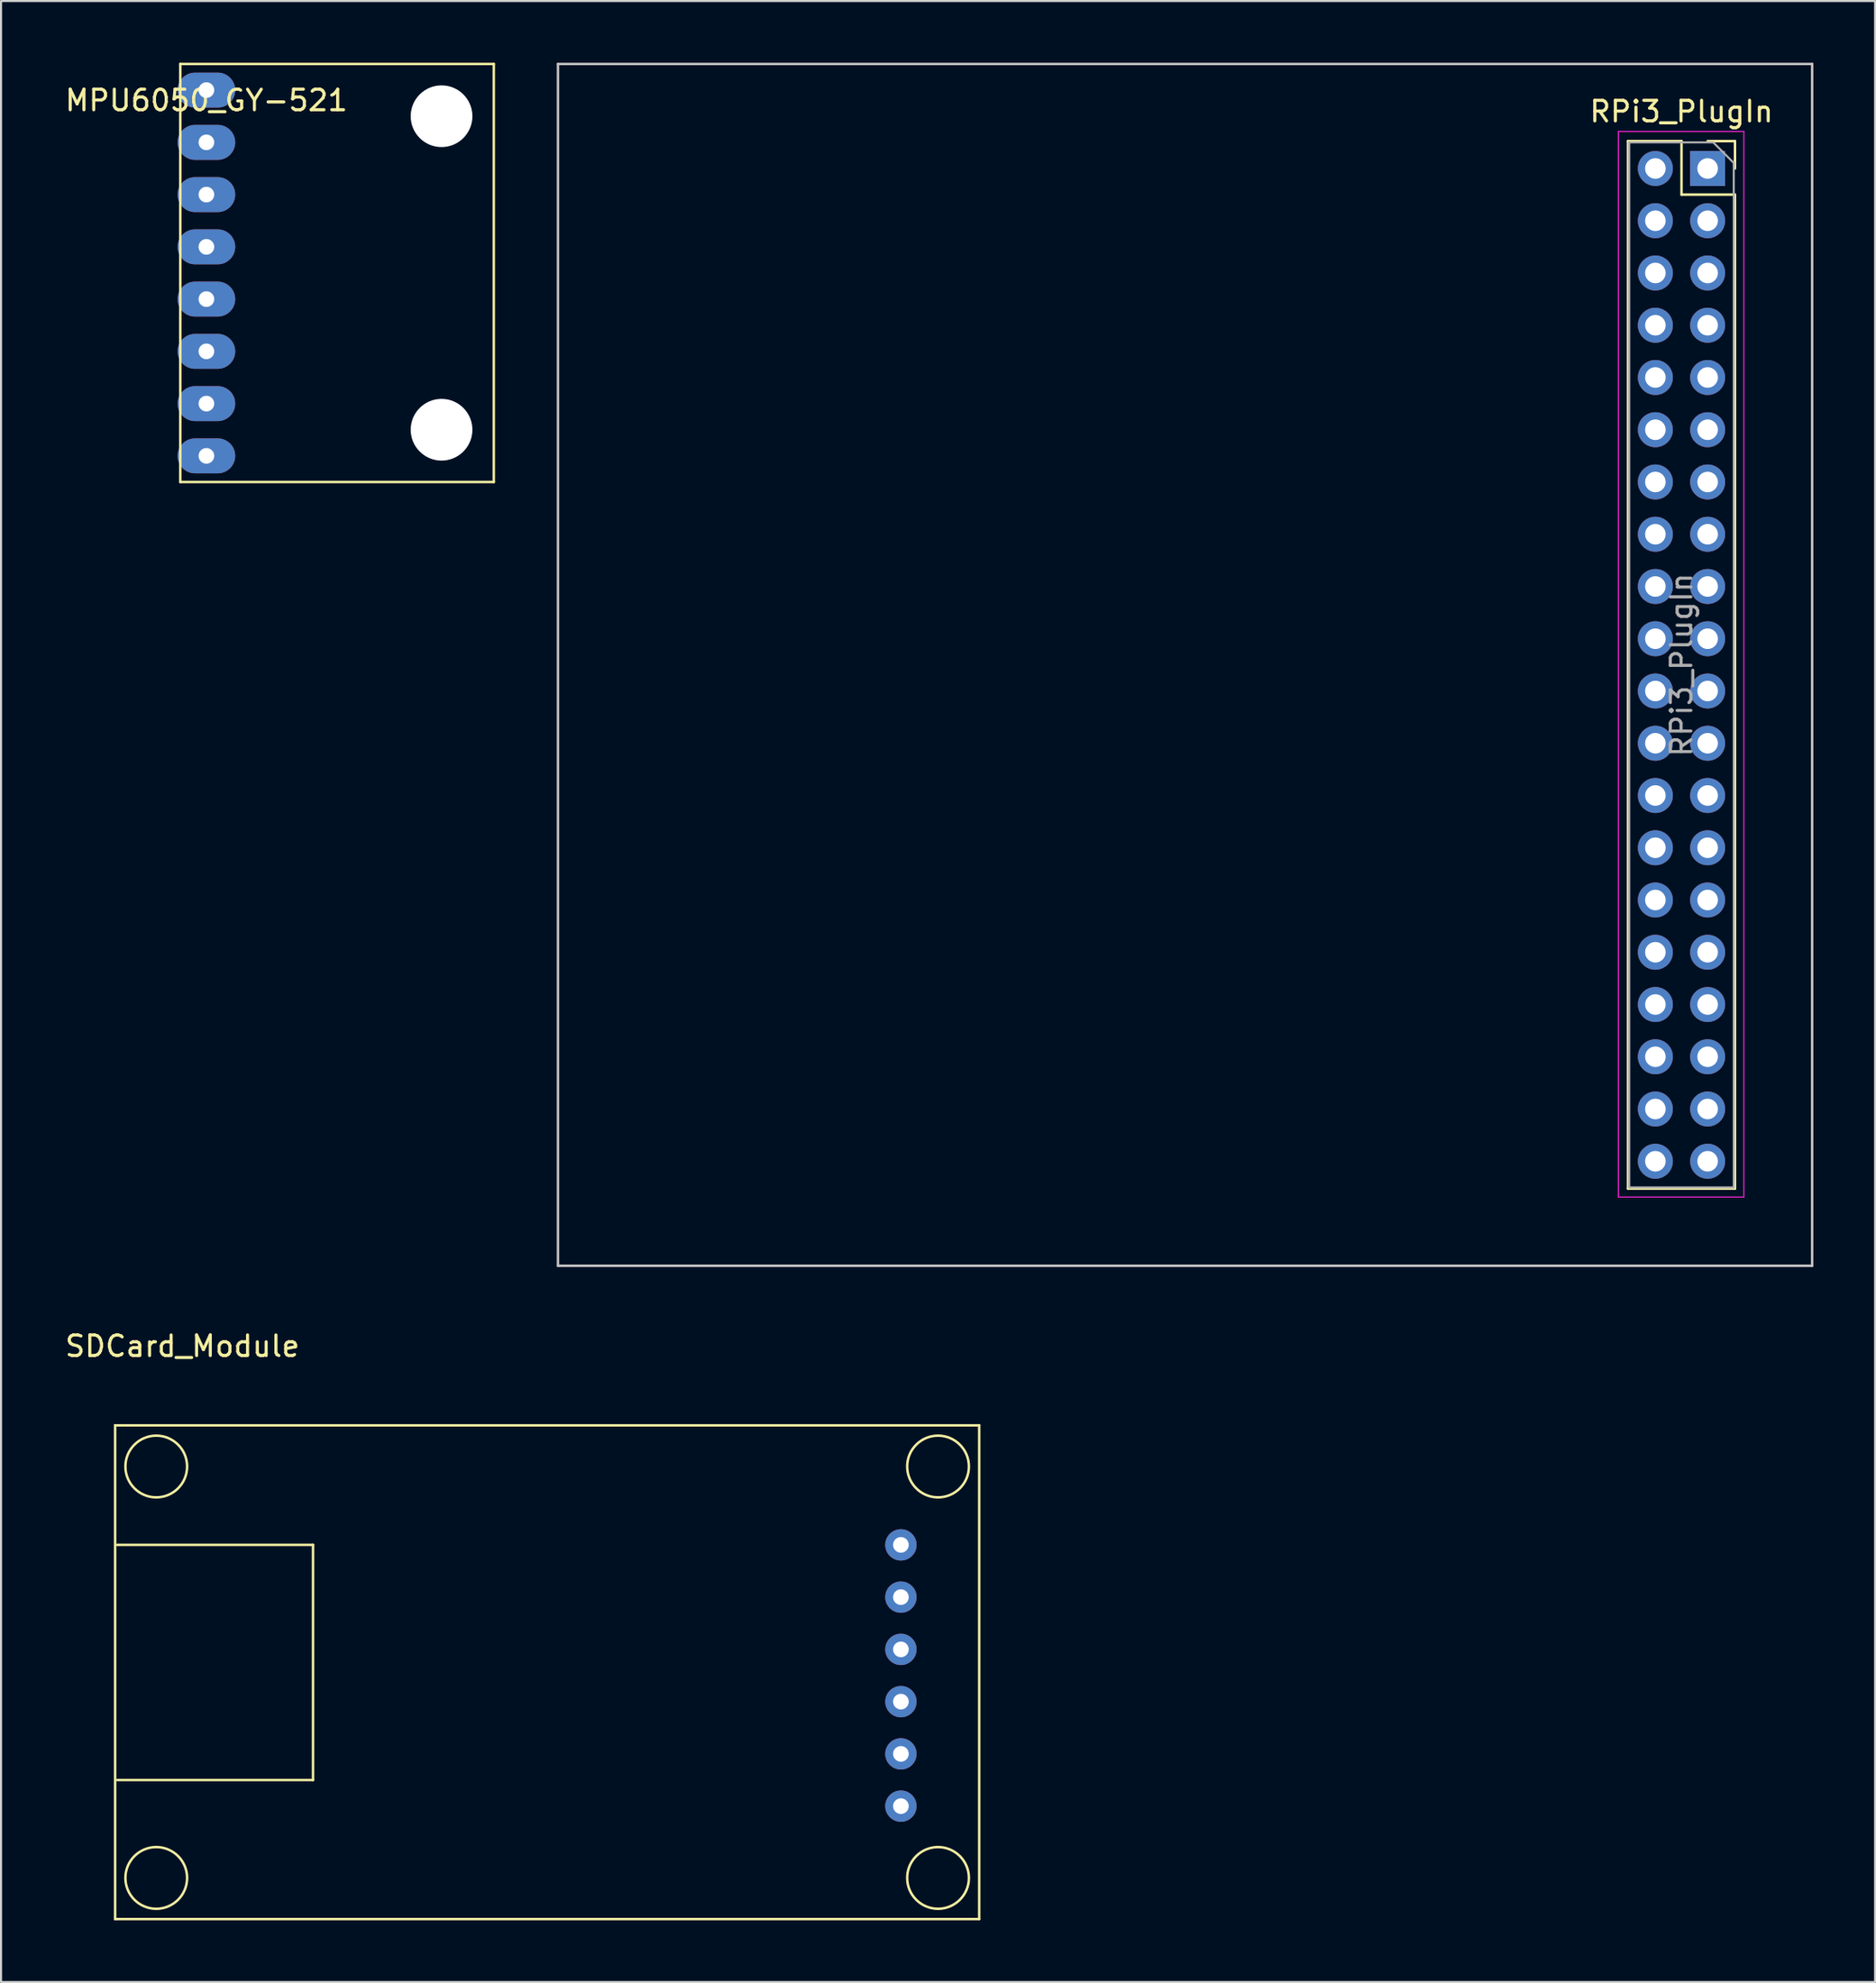
<source format=kicad_pcb>
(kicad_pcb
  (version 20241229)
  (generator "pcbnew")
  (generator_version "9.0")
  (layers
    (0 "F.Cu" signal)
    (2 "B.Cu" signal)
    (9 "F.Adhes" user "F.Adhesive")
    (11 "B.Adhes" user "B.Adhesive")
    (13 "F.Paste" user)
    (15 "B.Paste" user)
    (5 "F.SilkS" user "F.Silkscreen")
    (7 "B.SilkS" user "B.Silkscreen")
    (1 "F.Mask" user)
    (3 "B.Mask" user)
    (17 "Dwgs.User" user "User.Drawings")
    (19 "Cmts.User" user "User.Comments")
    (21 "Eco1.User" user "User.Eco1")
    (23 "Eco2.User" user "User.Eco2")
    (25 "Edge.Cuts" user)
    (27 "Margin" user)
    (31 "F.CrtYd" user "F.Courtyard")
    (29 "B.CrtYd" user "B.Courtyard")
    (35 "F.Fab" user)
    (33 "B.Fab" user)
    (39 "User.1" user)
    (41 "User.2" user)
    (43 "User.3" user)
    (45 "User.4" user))
  (footprint "SDCard_Module"
    (layer "F.Cu")
    (at 4.545 68.238)
    (property "Reference" "SDCard_Module" (at 1.27 -5.85 0) (layer "F.SilkS") (effects (font (size 1 1) (thickness 0.15))))
    (attr through_hole)
    (fp_line (start -2 -2) (end -2 22) (stroke (width 0.12) (type solid)) (layer "F.SilkS"))
    (fp_line (start -2 -2) (end 40 -2) (stroke (width 0.12) (type solid)) (layer "F.SilkS"))
    (fp_line (start -2 22) (end 40 22) (stroke (width 0.12) (type solid)) (layer "F.SilkS"))
    (fp_line (start -1.905 3.81) (end 7.62 3.81) (stroke (width 0.12) (type solid)) (layer "F.SilkS"))
    (fp_line (start 7.62 3.81) (end 7.62 15.24) (stroke (width 0.12) (type solid)) (layer "F.SilkS"))
    (fp_line (start 7.62 15.24) (end -1.905 15.24) (stroke (width 0.12) (type solid)) (layer "F.SilkS"))
    (fp_line (start 40 22) (end 40 -2) (stroke (width 0.12) (type solid)) (layer "F.SilkS"))
    (fp_circle (center 0 0) (end 1.5 0) (stroke (width 0.12) (type solid)) (fill no) (layer "F.SilkS"))
    (fp_circle (center 0 20) (end 1.5 20) (stroke (width 0.12) (type solid)) (fill no) (layer "F.SilkS"))
    (fp_circle (center 38 0) (end 39.5 0) (stroke (width 0.12) (type solid)) (fill no) (layer "F.SilkS"))
    (fp_circle (center 38 20) (end 39.5 20) (stroke (width 0.12) (type solid)) (fill no) (layer "F.SilkS"))
    (pad "1" thru_hole circle (at 36.195 3.81) (size 1.524 1.524) (drill 0.762) (layers "*.Cu" "*.Mask"))
    (pad "2" thru_hole circle (at 36.195 6.35) (size 1.524 1.524) (drill 0.762) (layers "*.Cu" "*.Mask"))
    (pad "3" thru_hole circle (at 36.195 8.89) (size 1.524 1.524) (drill 0.762) (layers "*.Cu" "*.Mask"))
    (pad "4" thru_hole circle (at 36.195 11.43) (size 1.524 1.524) (drill 0.762) (layers "*.Cu" "*.Mask"))
    (pad "5" thru_hole circle (at 36.195 13.97) (size 1.524 1.524) (drill 0.762) (layers "*.Cu" "*.Mask"))
    (pad "6" thru_hole circle (at 36.195 16.51) (size 1.524 1.524) (drill 0.762) (layers "*.Cu" "*.Mask")))
  (footprint "MPU6050_GY-521"
    (layer "F.Cu")
    (at 6.982 1.33)
    (property "Reference" "MPU6050_GY-521" (at 0 0.5 0) (layer "F.SilkS") (effects (font (size 1 1) (thickness 0.15))))
    (attr through_hole)
    (fp_line (start -1.27 -1.27) (end -1.27 19.05) (stroke (width 0.12) (type solid)) (layer "F.SilkS"))
    (fp_line (start -1.27 -1.27) (end 13.97 -1.27) (stroke (width 0.12) (type solid)) (layer "F.SilkS"))
    (fp_line (start 13.97 -1.27) (end 13.97 19.05) (stroke (width 0.12) (type solid)) (layer "F.SilkS"))
    (fp_line (start 13.97 19.05) (end -1.27 19.05) (stroke (width 0.12) (type solid)) (layer "F.SilkS"))
    (pad "" np_thru_hole circle (at 11.43 1.27) (size 3 3) (drill 3) (layers "*.Cu" "*.Mask"))
    (pad "" np_thru_hole circle (at 11.43 16.51) (size 3 3) (drill 3) (layers "*.Cu" "*.Mask"))
    (pad "1" thru_hole oval (at 0 0) (size 2.8 1.7) (drill 0.762) (layers "*.Cu" "*.Mask"))
    (pad "2" thru_hole oval (at 0 2.54) (size 2.8 1.7) (drill 0.762) (layers "*.Cu" "*.Mask"))
    (pad "3" thru_hole oval (at 0 5.08) (size 2.8 1.7) (drill 0.762) (layers "*.Cu" "*.Mask"))
    (pad "4" thru_hole oval (at 0 7.62) (size 2.8 1.7) (drill 0.762) (layers "*.Cu" "*.Mask"))
    (pad "5" thru_hole oval (at 0 10.16) (size 2.8 1.7) (drill 0.762) (layers "*.Cu" "*.Mask"))
    (pad "6" thru_hole oval (at 0 12.7) (size 2.8 1.7) (drill 0.762) (layers "*.Cu" "*.Mask"))
    (pad "7" thru_hole oval (at 0 15.24) (size 2.8 1.7) (drill 0.762) (layers "*.Cu" "*.Mask"))
    (pad "8" thru_hole oval (at 0 17.78) (size 2.8 1.7) (drill 0.762) (layers "*.Cu" "*.Mask")))
  (footprint "RPi3_PlugIn"
    (layer "F.Cu")
    (at 79.952 5.14)
    (property "Reference" "RPi3_PlugIn" (at -1.27 -2.77 0) (layer "F.SilkS") (effects (font (size 1 1) (thickness 0.15))))
    (attr through_hole)
    (fp_line (start -3.87 -1.33) (end -3.87 49.59) (stroke (width 0.12) (type solid)) (layer "F.SilkS"))
    (fp_line (start -3.87 -1.33) (end -1.27 -1.33) (stroke (width 0.12) (type solid)) (layer "F.SilkS"))
    (fp_line (start -3.87 49.59) (end 1.33 49.59) (stroke (width 0.12) (type solid)) (layer "F.SilkS"))
    (fp_line (start -1.27 -1.33) (end -1.27 1.27) (stroke (width 0.12) (type solid)) (layer "F.SilkS"))
    (fp_line (start -1.27 1.27) (end 1.33 1.27) (stroke (width 0.12) (type solid)) (layer "F.SilkS"))
    (fp_line (start 0 -1.33) (end 1.33 -1.33) (stroke (width 0.12) (type solid)) (layer "F.SilkS"))
    (fp_line (start 1.33 -1.33) (end 1.33 0) (stroke (width 0.12) (type solid)) (layer "F.SilkS"))
    (fp_line (start 1.33 1.27) (end 1.33 49.59) (stroke (width 0.12) (type solid)) (layer "F.SilkS"))
    (fp_line (start -55.88 -5.08) (end -55.88 53.34) (stroke (width 0.12) (type solid)) (layer "Dwgs.User"))
    (fp_line (start -55.88 -5.08) (end 5.08 -5.08) (stroke (width 0.12) (type solid)) (layer "Dwgs.User"))
    (fp_line (start 5.08 -5.08) (end 5.08 53.34) (stroke (width 0.12) (type solid)) (layer "Dwgs.User"))
    (fp_line (start 5.08 53.34) (end -55.88 53.34) (stroke (width 0.12) (type solid)) (layer "Dwgs.User"))
    (fp_line (start -4.34 -1.8) (end 1.76 -1.8) (stroke (width 0.05) (type solid)) (layer "F.CrtYd"))
    (fp_line (start -4.34 50) (end -4.34 -1.8) (stroke (width 0.05) (type solid)) (layer "F.CrtYd"))
    (fp_line (start 1.76 -1.8) (end 1.76 50) (stroke (width 0.05) (type solid)) (layer "F.CrtYd"))
    (fp_line (start 1.76 50) (end -4.34 50) (stroke (width 0.05) (type solid)) (layer "F.CrtYd"))
    (fp_line (start -3.81 -1.27) (end 0.27 -1.27) (stroke (width 0.1) (type solid)) (layer "F.Fab"))
    (fp_line (start -3.81 49.53) (end -3.81 -1.27) (stroke (width 0.1) (type solid)) (layer "F.Fab"))
    (fp_line (start 0.27 -1.27) (end 1.27 -0.27) (stroke (width 0.1) (type solid)) (layer "F.Fab"))
    (fp_line (start 1.27 -0.27) (end 1.27 49.53) (stroke (width 0.1) (type solid)) (layer "F.Fab"))
    (fp_line (start 1.27 49.53) (end -3.81 49.53) (stroke (width 0.1) (type solid)) (layer "F.Fab"))
    (fp_text user "${REFERENCE}" (at -1.27 24.13 90) (layer "F.Fab") (effects (font (size 1 1) (thickness 0.15))))
    (pad "1" thru_hole rect (at 0 0) (size 1.7 1.7) (drill 1) (layers "*.Cu" "*.Mask"))
    (pad "2" thru_hole oval (at -2.54 0) (size 1.7 1.7) (drill 1) (layers "*.Cu" "*.Mask"))
    (pad "3" thru_hole oval (at 0 2.54) (size 1.7 1.7) (drill 1) (layers "*.Cu" "*.Mask"))
    (pad "4" thru_hole oval (at -2.54 2.54) (size 1.7 1.7) (drill 1) (layers "*.Cu" "*.Mask"))
    (pad "5" thru_hole oval (at 0 5.08) (size 1.7 1.7) (drill 1) (layers "*.Cu" "*.Mask"))
    (pad "6" thru_hole oval (at -2.54 5.08) (size 1.7 1.7) (drill 1) (layers "*.Cu" "*.Mask"))
    (pad "7" thru_hole oval (at 0 7.62) (size 1.7 1.7) (drill 1) (layers "*.Cu" "*.Mask"))
    (pad "8" thru_hole oval (at -2.54 7.62) (size 1.7 1.7) (drill 1) (layers "*.Cu" "*.Mask"))
    (pad "9" thru_hole oval (at 0 10.16) (size 1.7 1.7) (drill 1) (layers "*.Cu" "*.Mask"))
    (pad "10" thru_hole oval (at -2.54 10.16) (size 1.7 1.7) (drill 1) (layers "*.Cu" "*.Mask"))
    (pad "11" thru_hole oval (at 0 12.7) (size 1.7 1.7) (drill 1) (layers "*.Cu" "*.Mask"))
    (pad "12" thru_hole oval (at -2.54 12.7) (size 1.7 1.7) (drill 1) (layers "*.Cu" "*.Mask"))
    (pad "13" thru_hole oval (at 0 15.24) (size 1.7 1.7) (drill 1) (layers "*.Cu" "*.Mask"))
    (pad "14" thru_hole oval (at -2.54 15.24) (size 1.7 1.7) (drill 1) (layers "*.Cu" "*.Mask"))
    (pad "15" thru_hole oval (at 0 17.78) (size 1.7 1.7) (drill 1) (layers "*.Cu" "*.Mask"))
    (pad "16" thru_hole oval (at -2.54 17.78) (size 1.7 1.7) (drill 1) (layers "*.Cu" "*.Mask"))
    (pad "17" thru_hole oval (at 0 20.32) (size 1.7 1.7) (drill 1) (layers "*.Cu" "*.Mask"))
    (pad "18" thru_hole oval (at -2.54 20.32) (size 1.7 1.7) (drill 1) (layers "*.Cu" "*.Mask"))
    (pad "19" thru_hole oval (at 0 22.86) (size 1.7 1.7) (drill 1) (layers "*.Cu" "*.Mask"))
    (pad "20" thru_hole oval (at -2.54 22.86) (size 1.7 1.7) (drill 1) (layers "*.Cu" "*.Mask"))
    (pad "21" thru_hole oval (at 0 25.4) (size 1.7 1.7) (drill 1) (layers "*.Cu" "*.Mask"))
    (pad "22" thru_hole oval (at -2.54 25.4) (size 1.7 1.7) (drill 1) (layers "*.Cu" "*.Mask"))
    (pad "23" thru_hole oval (at 0 27.94) (size 1.7 1.7) (drill 1) (layers "*.Cu" "*.Mask"))
    (pad "24" thru_hole oval (at -2.54 27.94) (size 1.7 1.7) (drill 1) (layers "*.Cu" "*.Mask"))
    (pad "25" thru_hole oval (at 0 30.48) (size 1.7 1.7) (drill 1) (layers "*.Cu" "*.Mask"))
    (pad "26" thru_hole oval (at -2.54 30.48) (size 1.7 1.7) (drill 1) (layers "*.Cu" "*.Mask"))
    (pad "27" thru_hole oval (at 0 33.02) (size 1.7 1.7) (drill 1) (layers "*.Cu" "*.Mask"))
    (pad "28" thru_hole oval (at -2.54 33.02) (size 1.7 1.7) (drill 1) (layers "*.Cu" "*.Mask"))
    (pad "29" thru_hole oval (at 0 35.56) (size 1.7 1.7) (drill 1) (layers "*.Cu" "*.Mask"))
    (pad "30" thru_hole oval (at -2.54 35.56) (size 1.7 1.7) (drill 1) (layers "*.Cu" "*.Mask"))
    (pad "31" thru_hole oval (at 0 38.1) (size 1.7 1.7) (drill 1) (layers "*.Cu" "*.Mask"))
    (pad "32" thru_hole oval (at -2.54 38.1) (size 1.7 1.7) (drill 1) (layers "*.Cu" "*.Mask"))
    (pad "33" thru_hole oval (at 0 40.64) (size 1.7 1.7) (drill 1) (layers "*.Cu" "*.Mask"))
    (pad "34" thru_hole oval (at -2.54 40.64) (size 1.7 1.7) (drill 1) (layers "*.Cu" "*.Mask"))
    (pad "35" thru_hole oval (at 0 43.18) (size 1.7 1.7) (drill 1) (layers "*.Cu" "*.Mask"))
    (pad "36" thru_hole oval (at -2.54 43.18) (size 1.7 1.7) (drill 1) (layers "*.Cu" "*.Mask"))
    (pad "37" thru_hole oval (at 0 45.72) (size 1.7 1.7) (drill 1) (layers "*.Cu" "*.Mask"))
    (pad "38" thru_hole oval (at -2.54 45.72) (size 1.7 1.7) (drill 1) (layers "*.Cu" "*.Mask"))
    (pad "39" thru_hole oval (at 0 48.26) (size 1.7 1.7) (drill 1) (layers "*.Cu" "*.Mask"))
    (pad "40" thru_hole oval (at -2.54 48.26) (size 1.7 1.7) (drill 1) (layers "*.Cu" "*.Mask")))
  (gr_rect
    (start -3 -3)
    (end 88.092 93.298)
    (stroke (width 0.1) (type default))
    (fill no)
    (layer "Edge.Cuts")))
</source>
